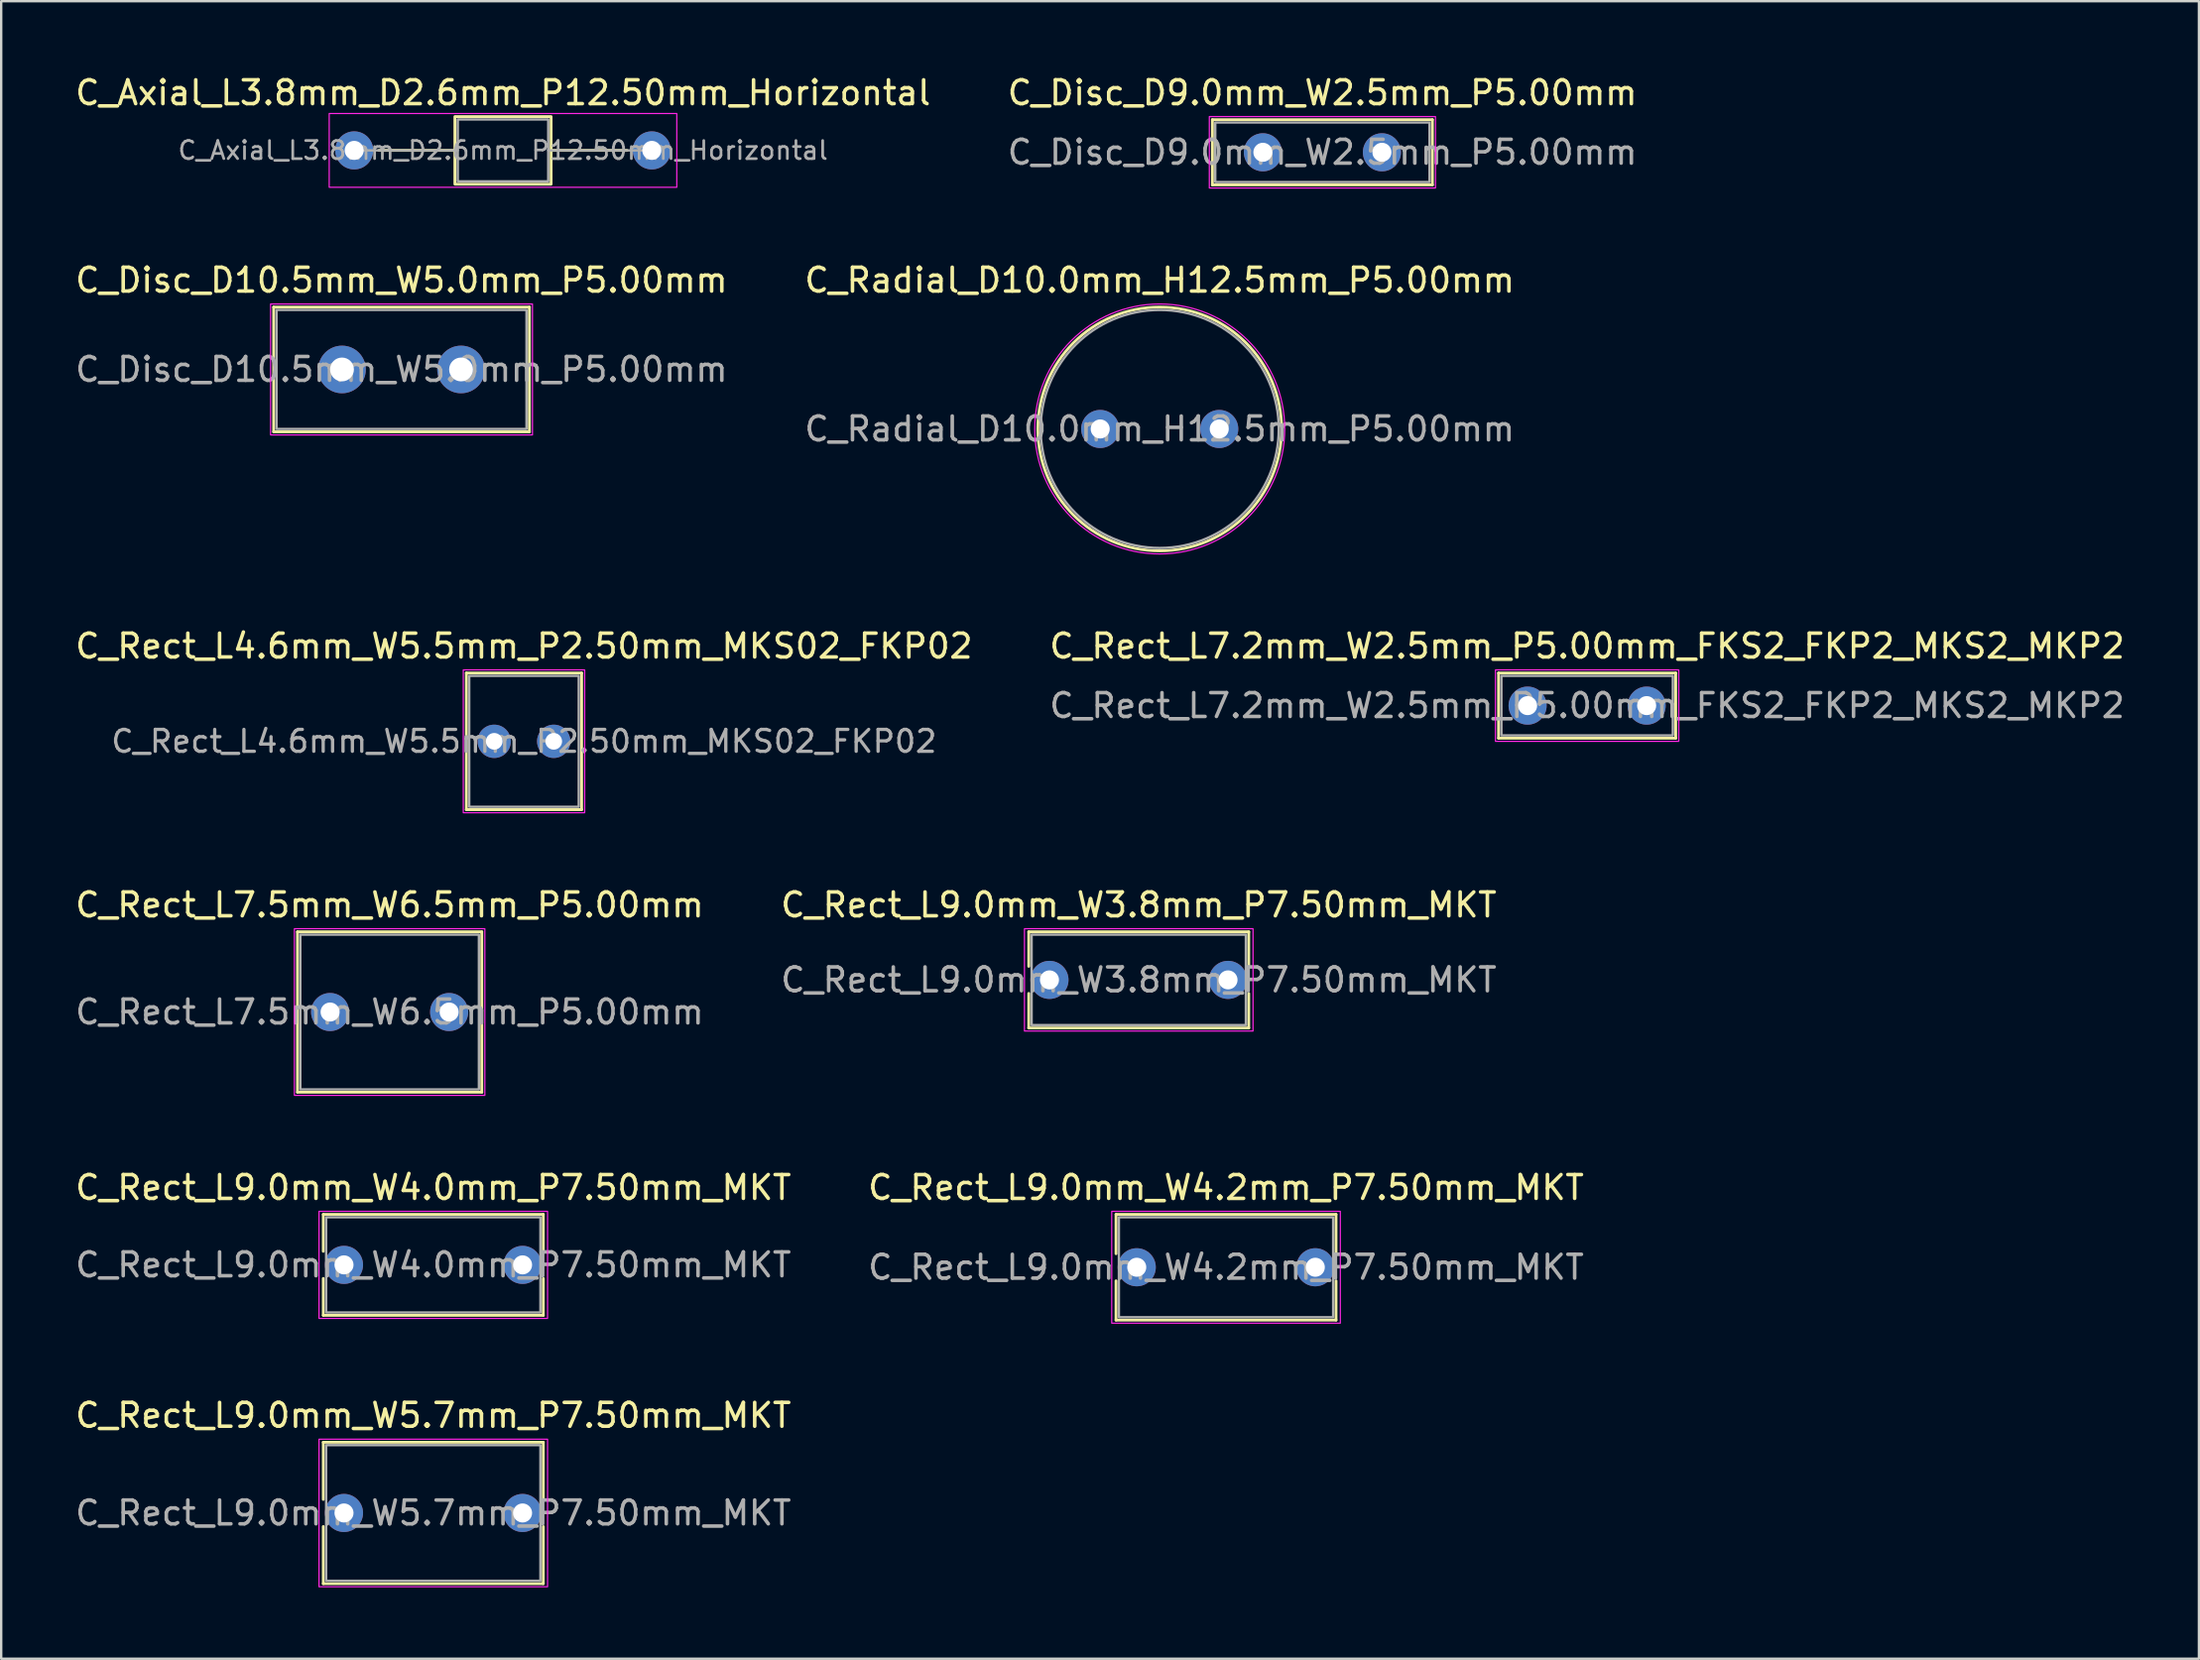
<source format=kicad_pcb>
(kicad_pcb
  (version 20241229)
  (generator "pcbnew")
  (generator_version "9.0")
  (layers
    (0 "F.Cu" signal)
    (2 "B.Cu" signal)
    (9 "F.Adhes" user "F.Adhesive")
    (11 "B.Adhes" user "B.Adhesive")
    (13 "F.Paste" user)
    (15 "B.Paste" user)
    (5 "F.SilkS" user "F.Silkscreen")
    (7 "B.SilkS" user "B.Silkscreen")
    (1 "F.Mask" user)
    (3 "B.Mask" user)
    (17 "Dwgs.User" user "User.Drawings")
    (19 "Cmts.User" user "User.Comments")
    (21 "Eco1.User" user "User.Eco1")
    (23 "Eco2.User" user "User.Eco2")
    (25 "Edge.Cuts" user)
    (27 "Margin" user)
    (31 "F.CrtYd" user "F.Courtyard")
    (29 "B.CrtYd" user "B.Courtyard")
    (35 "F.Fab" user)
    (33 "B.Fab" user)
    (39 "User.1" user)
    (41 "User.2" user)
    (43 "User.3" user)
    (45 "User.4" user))
  (footprint "C_Rect_L9.0mm_W4.0mm_P7.50mm_MKT"
    (layer "F.Cu")
    (at 11.399 50.091)
    (property "Reference" "C_Rect_L9.0mm_W4.0mm_P7.50mm_MKT" (at 3.75 -3.25 0) (layer "F.SilkS") (effects (font (size 1 1) (thickness 0.15))))
    (attr through_hole)
    (fp_line (start -0.87 -2.12) (end 8.37 -2.12) (stroke (width 0.12) (type solid)) (layer "F.SilkS"))
    (fp_line (start -0.87 -0.57) (end -0.87 -2.12) (stroke (width 0.12) (type solid)) (layer "F.SilkS"))
    (fp_line (start -0.87 2.12) (end -0.87 0.57) (stroke (width 0.12) (type solid)) (layer "F.SilkS"))
    (fp_line (start 8.37 -2.12) (end 8.37 -0.57) (stroke (width 0.12) (type solid)) (layer "F.SilkS"))
    (fp_line (start 8.37 0.57) (end 8.37 2.12) (stroke (width 0.12) (type solid)) (layer "F.SilkS"))
    (fp_line (start 8.37 2.12) (end -0.87 2.12) (stroke (width 0.12) (type solid)) (layer "F.SilkS"))
    (fp_rect (start -1.05 -2.25) (end 8.55 2.25) (stroke (width 0.05) (type solid)) (fill no) (layer "F.CrtYd"))
    (fp_rect (start -0.75 -2) (end 8.25 2) (stroke (width 0.1) (type solid)) (fill no) (layer "F.Fab"))
    (fp_text user "${REFERENCE}" (at 3.75 0 0) (layer "F.Fab") (effects (font (size 1 1) (thickness 0.15))))
    (pad "1" thru_hole circle (at 0 0) (size 1.6 1.6) (drill 0.8) (layers "*.Cu" "*.Mask"))
    (pad "2" thru_hole circle (at 7.5 0) (size 1.6 1.6) (drill 0.8) (layers "*.Cu" "*.Mask")))
  (footprint "C_Rect_L9.0mm_W3.8mm_P7.50mm_MKT"
    (layer "F.Cu")
    (at 41.03 38.118)
    (property "Reference" "C_Rect_L9.0mm_W3.8mm_P7.50mm_MKT" (at 3.75 -3.15 0) (layer "F.SilkS") (effects (font (size 1 1) (thickness 0.15))))
    (attr through_hole)
    (fp_line (start -0.87 -2.02) (end 8.37 -2.02) (stroke (width 0.12) (type solid)) (layer "F.SilkS"))
    (fp_line (start -0.87 -0.57) (end -0.87 -2.02) (stroke (width 0.12) (type solid)) (layer "F.SilkS"))
    (fp_line (start -0.87 2.02) (end -0.87 0.57) (stroke (width 0.12) (type solid)) (layer "F.SilkS"))
    (fp_line (start 8.37 -2.02) (end 8.37 -0.57) (stroke (width 0.12) (type solid)) (layer "F.SilkS"))
    (fp_line (start 8.37 0.57) (end 8.37 2.02) (stroke (width 0.12) (type solid)) (layer "F.SilkS"))
    (fp_line (start 8.37 2.02) (end -0.87 2.02) (stroke (width 0.12) (type solid)) (layer "F.SilkS"))
    (fp_rect (start -1.05 -2.15) (end 8.55 2.15) (stroke (width 0.05) (type solid)) (fill no) (layer "F.CrtYd"))
    (fp_rect (start -0.75 -1.9) (end 8.25 1.9) (stroke (width 0.1) (type solid)) (fill no) (layer "F.Fab"))
    (fp_text user "${REFERENCE}" (at 3.75 0 0) (layer "F.Fab") (effects (font (size 1 1) (thickness 0.15))))
    (pad "1" thru_hole circle (at 0 0) (size 1.6 1.6) (drill 0.8) (layers "*.Cu" "*.Mask"))
    (pad "2" thru_hole circle (at 7.5 0) (size 1.6 1.6) (drill 0.8) (layers "*.Cu" "*.Mask")))
  (footprint "C_Radial_D10.0mm_H12.5mm_P5.00mm"
    (layer "F.Cu")
    (at 43.161 14.972)
    (property "Reference" "C_Radial_D10.0mm_H12.5mm_P5.00mm" (at 2.5 -6.25 0) (layer "F.SilkS") (effects (font (size 1 1) (thickness 0.15))))
    (attr through_hole)
    (fp_circle (center 2.5 0) (end 7.62 0) (stroke (width 0.12) (type solid)) (fill no) (layer "F.SilkS"))
    (fp_circle (center 2.5 0) (end 7.75 0) (stroke (width 0.05) (type solid)) (fill no) (layer "F.CrtYd"))
    (fp_circle (center 2.5 0) (end 7.5 0) (stroke (width 0.1) (type solid)) (fill no) (layer "F.Fab"))
    (fp_text user "${REFERENCE}" (at 2.5 0 0) (layer "F.Fab") (effects (font (size 1 1) (thickness 0.15))))
    (pad "1" thru_hole circle (at 0 0) (size 1.6 1.6) (drill 0.8) (layers "*.Cu" "*.Mask"))
    (pad "2" thru_hole circle (at 5 0) (size 1.6 1.6) (drill 0.8) (layers "*.Cu" "*.Mask")))
  (footprint "C_Rect_L9.0mm_W4.2mm_P7.50mm_MKT"
    (layer "F.Cu")
    (at 44.696 50.191)
    (property "Reference" "C_Rect_L9.0mm_W4.2mm_P7.50mm_MKT" (at 3.75 -3.35 0) (layer "F.SilkS") (effects (font (size 1 1) (thickness 0.15))))
    (attr through_hole)
    (fp_line (start -0.87 -2.22) (end 8.37 -2.22) (stroke (width 0.12) (type solid)) (layer "F.SilkS"))
    (fp_line (start -0.87 -0.57) (end -0.87 -2.22) (stroke (width 0.12) (type solid)) (layer "F.SilkS"))
    (fp_line (start -0.87 2.22) (end -0.87 0.57) (stroke (width 0.12) (type solid)) (layer "F.SilkS"))
    (fp_line (start 8.37 -2.22) (end 8.37 -0.57) (stroke (width 0.12) (type solid)) (layer "F.SilkS"))
    (fp_line (start 8.37 0.57) (end 8.37 2.22) (stroke (width 0.12) (type solid)) (layer "F.SilkS"))
    (fp_line (start 8.37 2.22) (end -0.87 2.22) (stroke (width 0.12) (type solid)) (layer "F.SilkS"))
    (fp_rect (start -1.05 -2.35) (end 8.55 2.35) (stroke (width 0.05) (type solid)) (fill no) (layer "F.CrtYd"))
    (fp_rect (start -0.75 -2.1) (end 8.25 2.1) (stroke (width 0.1) (type solid)) (fill no) (layer "F.Fab"))
    (fp_text user "${REFERENCE}" (at 3.75 0 0) (layer "F.Fab") (effects (font (size 1 1) (thickness 0.15))))
    (pad "1" thru_hole circle (at 0 0) (size 1.6 1.6) (drill 0.8) (layers "*.Cu" "*.Mask"))
    (pad "2" thru_hole circle (at 7.5 0) (size 1.6 1.6) (drill 0.8) (layers "*.Cu" "*.Mask")))
  (footprint "C_Rect_L9.0mm_W5.7mm_P7.50mm_MKT"
    (layer "F.Cu")
    (at 11.399 60.514)
    (property "Reference" "C_Rect_L9.0mm_W5.7mm_P7.50mm_MKT" (at 3.75 -4.1 0) (layer "F.SilkS") (effects (font (size 1 1) (thickness 0.15))))
    (attr through_hole)
    (fp_line (start -0.87 -2.97) (end 8.37 -2.97) (stroke (width 0.12) (type solid)) (layer "F.SilkS"))
    (fp_line (start -0.87 -0.57) (end -0.87 -2.97) (stroke (width 0.12) (type solid)) (layer "F.SilkS"))
    (fp_line (start -0.87 2.97) (end -0.87 0.57) (stroke (width 0.12) (type solid)) (layer "F.SilkS"))
    (fp_line (start 8.37 -2.97) (end 8.37 -0.57) (stroke (width 0.12) (type solid)) (layer "F.SilkS"))
    (fp_line (start 8.37 0.57) (end 8.37 2.97) (stroke (width 0.12) (type solid)) (layer "F.SilkS"))
    (fp_line (start 8.37 2.97) (end -0.87 2.97) (stroke (width 0.12) (type solid)) (layer "F.SilkS"))
    (fp_rect (start -1.05 -3.1) (end 8.55 3.1) (stroke (width 0.05) (type solid)) (fill no) (layer "F.CrtYd"))
    (fp_rect (start -0.75 -2.85) (end 8.25 2.85) (stroke (width 0.1) (type solid)) (fill no) (layer "F.Fab"))
    (fp_text user "${REFERENCE}" (at 3.75 0 0) (layer "F.Fab") (effects (font (size 1 1) (thickness 0.15))))
    (pad "1" thru_hole circle (at 0 0) (size 1.6 1.6) (drill 0.8) (layers "*.Cu" "*.Mask"))
    (pad "2" thru_hole circle (at 7.5 0) (size 1.6 1.6) (drill 0.8) (layers "*.Cu" "*.Mask")))
  (footprint "C_Rect_L4.6mm_W5.5mm_P2.50mm_MKS02_FKP02"
    (layer "F.Cu")
    (at 17.708 28.095)
    (property "Reference" "C_Rect_L4.6mm_W5.5mm_P2.50mm_MKS02_FKP02" (at 1.25 -4 0) (layer "F.SilkS") (effects (font (size 1 1) (thickness 0.15))))
    (attr through_hole)
    (fp_line (start -1.17 -2.87) (end 3.67 -2.87) (stroke (width 0.12) (type solid)) (layer "F.SilkS"))
    (fp_line (start -1.17 2.87) (end -1.17 -2.87) (stroke (width 0.12) (type solid)) (layer "F.SilkS"))
    (fp_line (start 3.67 -2.87) (end 3.67 2.87) (stroke (width 0.12) (type solid)) (layer "F.SilkS"))
    (fp_line (start 3.67 2.87) (end -1.17 2.87) (stroke (width 0.12) (type solid)) (layer "F.SilkS"))
    (fp_rect (start -1.3 -3) (end 3.8 3) (stroke (width 0.05) (type solid)) (fill no) (layer "F.CrtYd"))
    (fp_rect (start -1.05 -2.75) (end 3.55 2.75) (stroke (width 0.1) (type solid)) (fill no) (layer "F.Fab"))
    (fp_text user "${REFERENCE}" (at 1.25 0 0) (layer "F.Fab") (effects (font (size 0.92 0.92) (thickness 0.138))))
    (pad "1" thru_hole circle (at 0 0) (size 1.4 1.4) (drill 0.7) (layers "*.Cu" "*.Mask"))
    (pad "2" thru_hole circle (at 2.5 0) (size 1.4 1.4) (drill 0.7) (layers "*.Cu" "*.Mask")))
  (footprint "C_Disc_D9.0mm_W2.5mm_P5.00mm"
    (layer "F.Cu")
    (at 49.994 3.348)
    (property "Reference" "C_Disc_D9.0mm_W2.5mm_P5.00mm" (at 2.5 -2.5 0) (layer "F.SilkS") (effects (font (size 1 1) (thickness 0.15))))
    (attr through_hole)
    (fp_line (start -2.12 -1.37) (end 7.12 -1.37) (stroke (width 0.12) (type solid)) (layer "F.SilkS"))
    (fp_line (start -2.12 1.37) (end -2.12 -1.37) (stroke (width 0.12) (type solid)) (layer "F.SilkS"))
    (fp_line (start 7.12 -1.37) (end 7.12 1.37) (stroke (width 0.12) (type solid)) (layer "F.SilkS"))
    (fp_line (start 7.12 1.37) (end -2.12 1.37) (stroke (width 0.12) (type solid)) (layer "F.SilkS"))
    (fp_rect (start -2.25 -1.5) (end 7.25 1.5) (stroke (width 0.05) (type solid)) (fill no) (layer "F.CrtYd"))
    (fp_rect (start -2 -1.25) (end 7 1.25) (stroke (width 0.1) (type solid)) (fill no) (layer "F.Fab"))
    (fp_text user "${REFERENCE}" (at 2.5 0 0) (layer "F.Fab") (effects (font (size 1 1) (thickness 0.15))))
    (pad "1" thru_hole circle (at 0 0) (size 1.6 1.6) (drill 0.8) (layers "*.Cu" "*.Mask"))
    (pad "2" thru_hole circle (at 5 0) (size 1.6 1.6) (drill 0.8) (layers "*.Cu" "*.Mask")))
  (footprint "C_Rect_L7.2mm_W2.5mm_P5.00mm_FKS2_FKP2_MKS2_MKP2"
    (layer "F.Cu")
    (at 61.113 26.595)
    (property "Reference" "C_Rect_L7.2mm_W2.5mm_P5.00mm_FKS2_FKP2_MKS2_MKP2" (at 2.5 -2.5 0) (layer "F.SilkS") (effects (font (size 1 1) (thickness 0.15))))
    (attr through_hole)
    (fp_line (start -1.22 -1.37) (end 6.22 -1.37) (stroke (width 0.12) (type solid)) (layer "F.SilkS"))
    (fp_line (start -1.22 1.37) (end -1.22 -1.37) (stroke (width 0.12) (type solid)) (layer "F.SilkS"))
    (fp_line (start 6.22 -1.37) (end 6.22 1.37) (stroke (width 0.12) (type solid)) (layer "F.SilkS"))
    (fp_line (start 6.22 1.37) (end -1.22 1.37) (stroke (width 0.12) (type solid)) (layer "F.SilkS"))
    (fp_rect (start -1.35 -1.5) (end 6.35 1.5) (stroke (width 0.05) (type solid)) (fill no) (layer "F.CrtYd"))
    (fp_rect (start -1.1 -1.25) (end 6.1 1.25) (stroke (width 0.1) (type solid)) (fill no) (layer "F.Fab"))
    (fp_text user "${REFERENCE}" (at 2.5 0 0) (layer "F.Fab") (effects (font (size 1 1) (thickness 0.15))))
    (pad "1" thru_hole circle (at 0 0) (size 1.6 1.6) (drill 0.8) (layers "*.Cu" "*.Mask"))
    (pad "2" thru_hole circle (at 5 0) (size 1.6 1.6) (drill 0.8) (layers "*.Cu" "*.Mask")))
  (footprint "C_Rect_L7.5mm_W6.5mm_P5.00mm"
    (layer "F.Cu")
    (at 10.815 39.468)
    (property "Reference" "C_Rect_L7.5mm_W6.5mm_P5.00mm" (at 2.5 -4.5 0) (layer "F.SilkS") (effects (font (size 1 1) (thickness 0.15))))
    (attr through_hole)
    (fp_line (start -1.37 -3.37) (end 6.37 -3.37) (stroke (width 0.12) (type solid)) (layer "F.SilkS"))
    (fp_line (start -1.37 3.37) (end -1.37 -3.37) (stroke (width 0.12) (type solid)) (layer "F.SilkS"))
    (fp_line (start 6.37 -3.37) (end 6.37 3.37) (stroke (width 0.12) (type solid)) (layer "F.SilkS"))
    (fp_line (start 6.37 3.37) (end -1.37 3.37) (stroke (width 0.12) (type solid)) (layer "F.SilkS"))
    (fp_rect (start -1.5 -3.5) (end 6.5 3.5) (stroke (width 0.05) (type solid)) (fill no) (layer "F.CrtYd"))
    (fp_rect (start -1.25 -3.25) (end 6.25 3.25) (stroke (width 0.1) (type solid)) (fill no) (layer "F.Fab"))
    (fp_text user "${REFERENCE}" (at 2.5 0 0) (layer "F.Fab") (effects (font (size 1 1) (thickness 0.15))))
    (pad "1" thru_hole circle (at 0 0) (size 1.6 1.6) (drill 0.8) (layers "*.Cu" "*.Mask"))
    (pad "2" thru_hole circle (at 5 0) (size 1.6 1.6) (drill 0.8) (layers "*.Cu" "*.Mask")))
  (footprint "C_Axial_L3.8mm_D2.6mm_P12.50mm_Horizontal"
    (layer "F.Cu")
    (at 11.827 3.268)
    (property "Reference" "C_Axial_L3.8mm_D2.6mm_P12.50mm_Horizontal" (at 6.25 -2.42 0) (layer "F.SilkS") (effects (font (size 1 1) (thickness 0.15))))
    (attr through_hole)
    (fp_line (start 1.04 0) (end 4.23 0) (stroke (width 0.12) (type solid)) (layer "F.SilkS"))
    (fp_line (start 11.46 0) (end 8.27 0) (stroke (width 0.12) (type solid)) (layer "F.SilkS"))
    (fp_rect (start 4.23 -1.42) (end 8.27 1.42) (stroke (width 0.12) (type solid)) (fill no) (layer "F.SilkS"))
    (fp_rect (start -1.05 -1.55) (end 13.55 1.55) (stroke (width 0.05) (type solid)) (fill no) (layer "F.CrtYd"))
    (fp_line (start 0 0) (end 4.35 0) (stroke (width 0.1) (type solid)) (layer "F.Fab"))
    (fp_line (start 12.5 0) (end 8.15 0) (stroke (width 0.1) (type solid)) (layer "F.Fab"))
    (fp_rect (start 4.35 -1.3) (end 8.15 1.3) (stroke (width 0.1) (type solid)) (fill no) (layer "F.Fab"))
    (fp_text user "${REFERENCE}" (at 6.25 0 0) (layer "F.Fab") (effects (font (size 0.76 0.76) (thickness 0.114))))
    (pad "1" thru_hole circle (at 0 0) (size 1.6 1.6) (drill 0.8) (layers "*.Cu" "*.Mask"))
    (pad "2" thru_hole circle (at 12.5 0) (size 1.6 1.6) (drill 0.8) (layers "*.Cu" "*.Mask")))
  (footprint "C_Disc_D10.5mm_W5.0mm_P5.00mm"
    (layer "F.Cu")
    (at 11.315 12.472)
    (property "Reference" "C_Disc_D10.5mm_W5.0mm_P5.00mm" (at 2.5 -3.75 0) (layer "F.SilkS") (effects (font (size 1 1) (thickness 0.15))))
    (attr through_hole)
    (fp_line (start -2.87 -2.62) (end 7.87 -2.62) (stroke (width 0.12) (type solid)) (layer "F.SilkS"))
    (fp_line (start -2.87 2.62) (end -2.87 -2.62) (stroke (width 0.12) (type solid)) (layer "F.SilkS"))
    (fp_line (start 7.87 -2.62) (end 7.87 2.62) (stroke (width 0.12) (type solid)) (layer "F.SilkS"))
    (fp_line (start 7.87 2.62) (end -2.87 2.62) (stroke (width 0.12) (type solid)) (layer "F.SilkS"))
    (fp_rect (start -3 -2.75) (end 8 2.75) (stroke (width 0.05) (type solid)) (fill no) (layer "F.CrtYd"))
    (fp_rect (start -2.75 -2.5) (end 7.75 2.5) (stroke (width 0.1) (type solid)) (fill no) (layer "F.Fab"))
    (fp_text user "${REFERENCE}" (at 2.5 0 0) (layer "F.Fab") (effects (font (size 1 1) (thickness 0.15))))
    (pad "1" thru_hole circle (at 0 0) (size 2 2) (drill 1) (layers "*.Cu" "*.Mask"))
    (pad "2" thru_hole circle (at 5 0) (size 2 2) (drill 1) (layers "*.Cu" "*.Mask")))
  (gr_rect
    (start -3 -3)
    (end 89.31 66.639)
    (stroke (width 0.1) (type default))
    (fill no)
    (layer "Edge.Cuts")))
</source>
